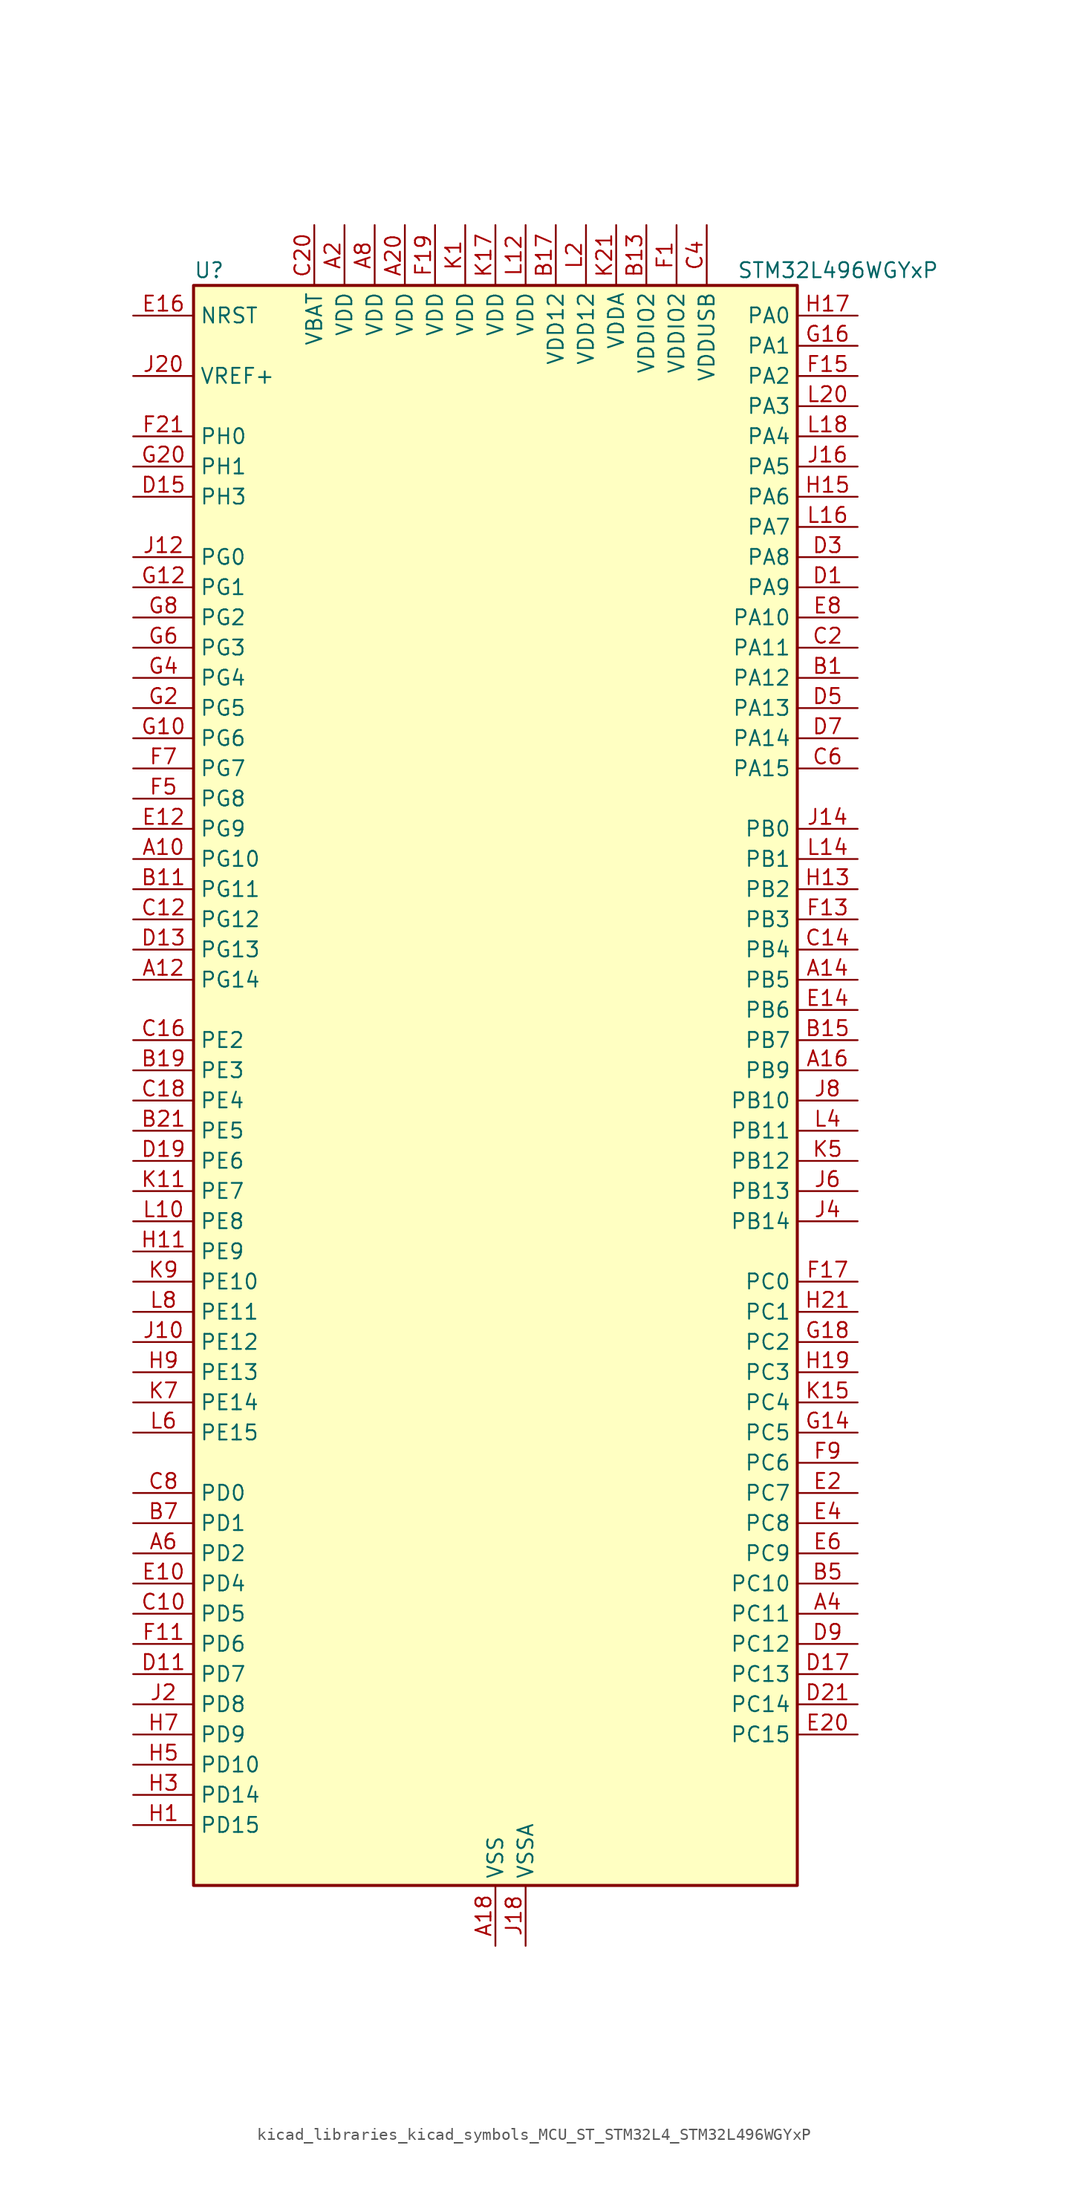
<source format=kicad_sym>
(kicad_symbol_lib
  (version 20220914)
  (generator kicad_symbol_editor)
  (symbol "kicad_libraries_kicad_symbols_MCU_ST_STM32L4_STM32L496WGYxP"
    (property "Reference" "U"
      (at -25.4 69.85 0)
      (effects (font (size 1.27 1.27)) (justify left)))
    (property "Value" "STM32L496WGYxP"
      (at 20.32 69.85 0)
      (effects (font (size 1.27 1.27)) (justify left)))
    (property "ki_locked" ""
      (at 0 0 0)
      (effects (font (size 1.27 1.27))))
    (symbol "kicad_libraries_kicad_symbols_MCU_ST_STM32L4_STM32L496WGYxP_0_1"
      (rectangle (start -25.4 -66.04) (end 25.4 68.58) (stroke (width 0.254) (type default)) (fill (type background))))
    (symbol "kicad_libraries_kicad_symbols_MCU_ST_STM32L4_STM32L496WGYxP_1_1"
      (pin bidirectional line (at -30.48 20.32 0) (length 5.08) (name "PG10" (effects (font (size 1.27 1.27)))) (number "A10" (effects (font (size 1.27 1.27)))) (alternate "FMC_NE3" bidirectional line) (alternate "LPTIM1_IN1" bidirectional line) (alternate "SAI2_FS_A" bidirectional line) (alternate "SPI3_MISO" bidirectional line) (alternate "TIM15_CH1" bidirectional line) (alternate "USART1_RX" bidirectional line))
      (pin bidirectional line (at -30.48 10.16 0) (length 5.08) (name "PG14" (effects (font (size 1.27 1.27)))) (number "A12" (effects (font (size 1.27 1.27)))) (alternate "FMC_A25" bidirectional line) (alternate "I2C1_SCL" bidirectional line))
      (pin bidirectional line (at 30.48 10.16 180) (length 5.08) (name "PB5" (effects (font (size 1.27 1.27)))) (number "A14" (effects (font (size 1.27 1.27)))) (alternate "CAN2_RX" bidirectional line) (alternate "COMP2_OUT" bidirectional line) (alternate "DCMI_D10" bidirectional line) (alternate "I2C1_SMBA" bidirectional line) (alternate "LCD_SEG9" bidirectional line) (alternate "LPTIM1_IN1" bidirectional line) (alternate "SAI1_SD_B" bidirectional line) (alternate "SPI1_MOSI" bidirectional line) (alternate "SPI3_MOSI" bidirectional line) (alternate "TIM16_BKIN" bidirectional line) (alternate "TIM3_CH2" bidirectional line) (alternate "TSC_G2_IO2" bidirectional line) (alternate "UART5_CTS" bidirectional line) (alternate "USART1_CK" bidirectional line))
      (pin bidirectional line (at 30.48 2.54 180) (length 5.08) (name "PB9" (effects (font (size 1.27 1.27)))) (number "A16" (effects (font (size 1.27 1.27)))) (alternate "CAN1_TX" bidirectional line) (alternate "DAC1_EXTI9" bidirectional line) (alternate "DCMI_D7" bidirectional line) (alternate "DFSDM1_CKIN6" bidirectional line) (alternate "I2C1_SDA" bidirectional line) (alternate "IR_OUT" bidirectional line) (alternate "LCD_COM3" bidirectional line) (alternate "SAI1_FS_A" bidirectional line) (alternate "SDMMC1_D5" bidirectional line) (alternate "SPI2_NSS" bidirectional line) (alternate "TIM17_CH1" bidirectional line) (alternate "TIM4_CH4" bidirectional line))
      (pin power_in line (at 0 -71.12 90) (length 5.08) (name "VSS" (effects (font (size 1.27 1.27)))) (number "A18" (effects (font (size 1.27 1.27)))))
      (pin power_in line (at -12.7 73.66 270) (length 5.08) (name "VDD" (effects (font (size 1.27 1.27)))) (number "A2" (effects (font (size 1.27 1.27)))))
      (pin power_in line (at -7.62 73.66 270) (length 5.08) (name "VDD" (effects (font (size 1.27 1.27)))) (number "A20" (effects (font (size 1.27 1.27)))))
      (pin bidirectional line (at 30.48 -43.18 180) (length 5.08) (name "PC11" (effects (font (size 1.27 1.27)))) (number "A4" (effects (font (size 1.27 1.27)))) (alternate "ADC1_EXTI11" bidirectional line) (alternate "ADC2_EXTI11" bidirectional line) (alternate "ADC3_EXTI11" bidirectional line) (alternate "DCMI_D4" bidirectional line) (alternate "LCD_COM5" bidirectional line) (alternate "LCD_SEG29" bidirectional line) (alternate "LCD_SEG41" bidirectional line) (alternate "QUADSPI_BK2_NCS" bidirectional line) (alternate "SAI2_MCLK_B" bidirectional line) (alternate "SDMMC1_D3" bidirectional line) (alternate "SPI3_MISO" bidirectional line) (alternate "TSC_G3_IO3" bidirectional line) (alternate "UART4_RX" bidirectional line) (alternate "USART3_RX" bidirectional line))
      (pin bidirectional line (at -30.48 -38.1 0) (length 5.08) (name "PD2" (effects (font (size 1.27 1.27)))) (number "A6" (effects (font (size 1.27 1.27)))) (alternate "DCMI_D11" bidirectional line) (alternate "LCD_COM7" bidirectional line) (alternate "LCD_SEG31" bidirectional line) (alternate "LCD_SEG43" bidirectional line) (alternate "SDMMC1_CMD" bidirectional line) (alternate "SYS_TRACED2" bidirectional line) (alternate "TIM3_ETR" bidirectional line) (alternate "TSC_SYNC" bidirectional line) (alternate "UART5_RX" bidirectional line) (alternate "USART3_DE" bidirectional line) (alternate "USART3_RTS" bidirectional line))
      (pin power_in line (at -10.16 73.66 270) (length 5.08) (name "VDD" (effects (font (size 1.27 1.27)))) (number "A8" (effects (font (size 1.27 1.27)))))
      (pin bidirectional line (at 30.48 35.56 180) (length 5.08) (name "PA12" (effects (font (size 1.27 1.27)))) (number "B1" (effects (font (size 1.27 1.27)))) (alternate "CAN1_TX" bidirectional line) (alternate "SPI1_MOSI" bidirectional line) (alternate "TIM1_ETR" bidirectional line) (alternate "USART1_DE" bidirectional line) (alternate "USART1_RTS" bidirectional line) (alternate "USB_OTG_FS_DP" bidirectional line))
      (pin bidirectional line (at -30.48 17.78 0) (length 5.08) (name "PG11" (effects (font (size 1.27 1.27)))) (number "B11" (effects (font (size 1.27 1.27)))) (alternate "ADC1_EXTI11" bidirectional line) (alternate "ADC2_EXTI11" bidirectional line) (alternate "ADC3_EXTI11" bidirectional line) (alternate "LPTIM1_IN2" bidirectional line) (alternate "SAI2_MCLK_A" bidirectional line) (alternate "SPI3_MOSI" bidirectional line) (alternate "TIM15_CH2" bidirectional line) (alternate "USART1_CTS" bidirectional line))
      (pin power_in line (at 12.7 73.66 270) (length 5.08) (name "VDDIO2" (effects (font (size 1.27 1.27)))) (number "B13" (effects (font (size 1.27 1.27)))))
      (pin bidirectional line (at 30.48 5.08 180) (length 5.08) (name "PB7" (effects (font (size 1.27 1.27)))) (number "B15" (effects (font (size 1.27 1.27)))) (alternate "COMP2_INM" bidirectional line) (alternate "DCMI_VSYNC" bidirectional line) (alternate "DFSDM1_CKIN5" bidirectional line) (alternate "FMC_NL" bidirectional line) (alternate "I2C1_SDA" bidirectional line) (alternate "I2C4_SDA" bidirectional line) (alternate "LCD_SEG21" bidirectional line) (alternate "LPTIM1_IN2" bidirectional line) (alternate "SYS_PVD_IN" bidirectional line) (alternate "TIM17_CH1N" bidirectional line) (alternate "TIM4_CH2" bidirectional line) (alternate "TIM8_BKIN" bidirectional line) (alternate "TIM8_BKIN_COMP1" bidirectional line) (alternate "TSC_G2_IO4" bidirectional line) (alternate "UART4_CTS" bidirectional line) (alternate "USART1_RX" bidirectional line))
      (pin power_in line (at 5.08 73.66 270) (length 5.08) (name "VDD12" (effects (font (size 1.27 1.27)))) (number "B17" (effects (font (size 1.27 1.27)))))
      (pin bidirectional line (at -30.48 2.54 0) (length 5.08) (name "PE3" (effects (font (size 1.27 1.27)))) (number "B19" (effects (font (size 1.27 1.27)))) (alternate "FMC_A19" bidirectional line) (alternate "LCD_SEG39" bidirectional line) (alternate "SAI1_SD_B" bidirectional line) (alternate "SYS_TRACED0" bidirectional line) (alternate "TIM3_CH1" bidirectional line) (alternate "TSC_G7_IO2" bidirectional line))
      (pin bidirectional line (at -30.48 -2.54 0) (length 5.08) (name "PE5" (effects (font (size 1.27 1.27)))) (number "B21" (effects (font (size 1.27 1.27)))) (alternate "DCMI_D6" bidirectional line) (alternate "DFSDM1_CKIN3" bidirectional line) (alternate "FMC_A21" bidirectional line) (alternate "SAI1_SCK_A" bidirectional line) (alternate "SYS_TRACED2" bidirectional line) (alternate "TIM3_CH3" bidirectional line) (alternate "TSC_G7_IO4" bidirectional line))
      (pin passive line (at 0 -71.12 90) (length 5.08) hide (name "VSS" (effects (font (size 1.27 1.27)))) (number "B3" (effects (font (size 1.27 1.27)))))
      (pin bidirectional line (at 30.48 -40.64 180) (length 5.08) (name "PC10" (effects (font (size 1.27 1.27)))) (number "B5" (effects (font (size 1.27 1.27)))) (alternate "DCMI_D8" bidirectional line) (alternate "LCD_COM4" bidirectional line) (alternate "LCD_SEG28" bidirectional line) (alternate "LCD_SEG40" bidirectional line) (alternate "SAI2_SCK_B" bidirectional line) (alternate "SDMMC1_D2" bidirectional line) (alternate "SPI3_SCK" bidirectional line) (alternate "SYS_TRACED1" bidirectional line) (alternate "TSC_G3_IO2" bidirectional line) (alternate "UART4_TX" bidirectional line) (alternate "USART3_TX" bidirectional line))
      (pin bidirectional line (at -30.48 -35.56 0) (length 5.08) (name "PD1" (effects (font (size 1.27 1.27)))) (number "B7" (effects (font (size 1.27 1.27)))) (alternate "CAN1_TX" bidirectional line) (alternate "DFSDM1_CKIN7" bidirectional line) (alternate "FMC_D3" bidirectional line) (alternate "FMC_DA3" bidirectional line) (alternate "SPI2_SCK" bidirectional line))
      (pin passive line (at 0 -71.12 90) (length 5.08) hide (name "VSS" (effects (font (size 1.27 1.27)))) (number "B9" (effects (font (size 1.27 1.27)))))
      (pin bidirectional line (at -30.48 -43.18 0) (length 5.08) (name "PD5" (effects (font (size 1.27 1.27)))) (number "C10" (effects (font (size 1.27 1.27)))) (alternate "FMC_NWE" bidirectional line) (alternate "QUADSPI_BK2_IO1" bidirectional line) (alternate "USART2_TX" bidirectional line))
      (pin bidirectional line (at -30.48 15.24 0) (length 5.08) (name "PG12" (effects (font (size 1.27 1.27)))) (number "C12" (effects (font (size 1.27 1.27)))) (alternate "FMC_NE4" bidirectional line) (alternate "LPTIM1_ETR" bidirectional line) (alternate "SAI2_SD_A" bidirectional line) (alternate "SPI3_NSS" bidirectional line) (alternate "USART1_DE" bidirectional line) (alternate "USART1_RTS" bidirectional line))
      (pin bidirectional line (at 30.48 12.7 180) (length 5.08) (name "PB4" (effects (font (size 1.27 1.27)))) (number "C14" (effects (font (size 1.27 1.27)))) (alternate "COMP2_INP" bidirectional line) (alternate "DCMI_D12" bidirectional line) (alternate "I2C3_SDA" bidirectional line) (alternate "LCD_SEG8" bidirectional line) (alternate "SAI1_MCLK_B" bidirectional line) (alternate "SPI1_MISO" bidirectional line) (alternate "SPI3_MISO" bidirectional line) (alternate "SYS_JTRST" bidirectional line) (alternate "TIM17_BKIN" bidirectional line) (alternate "TIM3_CH1" bidirectional line) (alternate "TSC_G2_IO1" bidirectional line) (alternate "UART5_DE" bidirectional line) (alternate "UART5_RTS" bidirectional line) (alternate "USART1_CTS" bidirectional line))
      (pin bidirectional line (at -30.48 5.08 0) (length 5.08) (name "PE2" (effects (font (size 1.27 1.27)))) (number "C16" (effects (font (size 1.27 1.27)))) (alternate "FMC_A23" bidirectional line) (alternate "LCD_SEG38" bidirectional line) (alternate "SAI1_MCLK_A" bidirectional line) (alternate "SYS_TRACECLK" bidirectional line) (alternate "TIM3_ETR" bidirectional line) (alternate "TSC_G7_IO1" bidirectional line))
      (pin bidirectional line (at -30.48 0 0) (length 5.08) (name "PE4" (effects (font (size 1.27 1.27)))) (number "C18" (effects (font (size 1.27 1.27)))) (alternate "DCMI_D4" bidirectional line) (alternate "DFSDM1_DATIN3" bidirectional line) (alternate "FMC_A20" bidirectional line) (alternate "SAI1_FS_A" bidirectional line) (alternate "SYS_TRACED1" bidirectional line) (alternate "TIM3_CH2" bidirectional line) (alternate "TSC_G7_IO3" bidirectional line))
      (pin bidirectional line (at 30.48 38.1 180) (length 5.08) (name "PA11" (effects (font (size 1.27 1.27)))) (number "C2" (effects (font (size 1.27 1.27)))) (alternate "ADC1_EXTI11" bidirectional line) (alternate "ADC2_EXTI11" bidirectional line) (alternate "ADC3_EXTI11" bidirectional line) (alternate "CAN1_RX" bidirectional line) (alternate "SPI1_MISO" bidirectional line) (alternate "TIM1_BKIN2" bidirectional line) (alternate "TIM1_BKIN2_COMP1" bidirectional line) (alternate "TIM1_CH4" bidirectional line) (alternate "USART1_CTS" bidirectional line) (alternate "USB_OTG_FS_DM" bidirectional line))
      (pin power_in line (at -15.24 73.66 270) (length 5.08) (name "VBAT" (effects (font (size 1.27 1.27)))) (number "C20" (effects (font (size 1.27 1.27)))))
      (pin power_in line (at 17.78 73.66 270) (length 5.08) (name "VDDUSB" (effects (font (size 1.27 1.27)))) (number "C4" (effects (font (size 1.27 1.27)))))
      (pin bidirectional line (at 30.48 27.94 180) (length 5.08) (name "PA15" (effects (font (size 1.27 1.27)))) (number "C6" (effects (font (size 1.27 1.27)))) (alternate "ADC1_EXTI15" bidirectional line) (alternate "ADC2_EXTI15" bidirectional line) (alternate "ADC3_EXTI15" bidirectional line) (alternate "LCD_SEG17" bidirectional line) (alternate "SAI2_FS_B" bidirectional line) (alternate "SPI1_NSS" bidirectional line) (alternate "SPI3_NSS" bidirectional line) (alternate "SWPMI1_SUSPEND" bidirectional line) (alternate "SYS_JTDI" bidirectional line) (alternate "TIM2_CH1" bidirectional line) (alternate "TIM2_ETR" bidirectional line) (alternate "TSC_G3_IO1" bidirectional line) (alternate "UART4_DE" bidirectional line) (alternate "UART4_RTS" bidirectional line) (alternate "USART2_RX" bidirectional line) (alternate "USART3_DE" bidirectional line) (alternate "USART3_RTS" bidirectional line))
      (pin bidirectional line (at -30.48 -33.02 0) (length 5.08) (name "PD0" (effects (font (size 1.27 1.27)))) (number "C8" (effects (font (size 1.27 1.27)))) (alternate "CAN1_RX" bidirectional line) (alternate "DFSDM1_DATIN7" bidirectional line) (alternate "FMC_D2" bidirectional line) (alternate "FMC_DA2" bidirectional line) (alternate "SPI2_NSS" bidirectional line))
      (pin bidirectional line (at 30.48 43.18 180) (length 5.08) (name "PA9" (effects (font (size 1.27 1.27)))) (number "D1" (effects (font (size 1.27 1.27)))) (alternate "DAC1_EXTI9" bidirectional line) (alternate "DCMI_D0" bidirectional line) (alternate "LCD_COM1" bidirectional line) (alternate "SAI1_FS_A" bidirectional line) (alternate "SPI2_SCK" bidirectional line) (alternate "TIM15_BKIN" bidirectional line) (alternate "TIM1_CH2" bidirectional line) (alternate "USART1_TX" bidirectional line) (alternate "USB_OTG_FS_VBUS" bidirectional line))
      (pin bidirectional line (at -30.48 -48.26 0) (length 5.08) (name "PD7" (effects (font (size 1.27 1.27)))) (number "D11" (effects (font (size 1.27 1.27)))) (alternate "DFSDM1_CKIN1" bidirectional line) (alternate "FMC_NE1" bidirectional line) (alternate "QUADSPI_BK2_IO3" bidirectional line) (alternate "USART2_CK" bidirectional line))
      (pin bidirectional line (at -30.48 12.7 0) (length 5.08) (name "PG13" (effects (font (size 1.27 1.27)))) (number "D13" (effects (font (size 1.27 1.27)))) (alternate "FMC_A24" bidirectional line) (alternate "I2C1_SDA" bidirectional line) (alternate "USART1_CK" bidirectional line))
      (pin bidirectional line (at -30.48 50.8 0) (length 5.08) (name "PH3" (effects (font (size 1.27 1.27)))) (number "D15" (effects (font (size 1.27 1.27)))))
      (pin bidirectional line (at 30.48 -48.26 180) (length 5.08) (name "PC13" (effects (font (size 1.27 1.27)))) (number "D17" (effects (font (size 1.27 1.27)))) (alternate "RTC_OUT_ALARM" bidirectional line) (alternate "RTC_OUT_CALIB" bidirectional line) (alternate "RTC_TAMP1" bidirectional line) (alternate "RTC_TS" bidirectional line) (alternate "SYS_WKUP2" bidirectional line))
      (pin bidirectional line (at -30.48 -5.08 0) (length 5.08) (name "PE6" (effects (font (size 1.27 1.27)))) (number "D19" (effects (font (size 1.27 1.27)))) (alternate "DCMI_D7" bidirectional line) (alternate "FMC_A22" bidirectional line) (alternate "RTC_TAMP3" bidirectional line) (alternate "SAI1_SD_A" bidirectional line) (alternate "SYS_TRACED3" bidirectional line) (alternate "SYS_WKUP3" bidirectional line) (alternate "TIM3_CH4" bidirectional line))
      (pin bidirectional line (at 30.48 -50.8 180) (length 5.08) (name "PC14" (effects (font (size 1.27 1.27)))) (number "D21" (effects (font (size 1.27 1.27)))) (alternate "RCC_OSC32_IN" bidirectional line))
      (pin bidirectional line (at 30.48 45.72 180) (length 5.08) (name "PA8" (effects (font (size 1.27 1.27)))) (number "D3" (effects (font (size 1.27 1.27)))) (alternate "LCD_COM0" bidirectional line) (alternate "LPTIM2_OUT" bidirectional line) (alternate "RCC_MCO" bidirectional line) (alternate "SAI1_SCK_A" bidirectional line) (alternate "SWPMI1_IO" bidirectional line) (alternate "TIM1_CH1" bidirectional line) (alternate "USART1_CK" bidirectional line) (alternate "USB_OTG_FS_SOF" bidirectional line))
      (pin bidirectional line (at 30.48 33.02 180) (length 5.08) (name "PA13" (effects (font (size 1.27 1.27)))) (number "D5" (effects (font (size 1.27 1.27)))) (alternate "IR_OUT" bidirectional line) (alternate "SAI1_SD_B" bidirectional line) (alternate "SWPMI1_TX" bidirectional line) (alternate "SYS_JTMS-SWDIO" bidirectional line) (alternate "USB_OTG_FS_NOE" bidirectional line))
      (pin bidirectional line (at 30.48 30.48 180) (length 5.08) (name "PA14" (effects (font (size 1.27 1.27)))) (number "D7" (effects (font (size 1.27 1.27)))) (alternate "I2C1_SMBA" bidirectional line) (alternate "I2C4_SMBA" bidirectional line) (alternate "LPTIM1_OUT" bidirectional line) (alternate "SAI1_FS_B" bidirectional line) (alternate "SWPMI1_RX" bidirectional line) (alternate "SYS_JTCK-SWCLK" bidirectional line) (alternate "USB_OTG_FS_SOF" bidirectional line))
      (pin bidirectional line (at 30.48 -45.72 180) (length 5.08) (name "PC12" (effects (font (size 1.27 1.27)))) (number "D9" (effects (font (size 1.27 1.27)))) (alternate "DCMI_D9" bidirectional line) (alternate "LCD_COM6" bidirectional line) (alternate "LCD_SEG30" bidirectional line) (alternate "LCD_SEG42" bidirectional line) (alternate "SAI2_SD_B" bidirectional line) (alternate "SDMMC1_CK" bidirectional line) (alternate "SPI3_MOSI" bidirectional line) (alternate "SYS_TRACED3" bidirectional line) (alternate "TSC_G3_IO4" bidirectional line) (alternate "UART5_TX" bidirectional line) (alternate "USART3_CK" bidirectional line))
      (pin bidirectional line (at -30.48 -40.64 0) (length 5.08) (name "PD4" (effects (font (size 1.27 1.27)))) (number "E10" (effects (font (size 1.27 1.27)))) (alternate "DFSDM1_CKIN0" bidirectional line) (alternate "FMC_NOE" bidirectional line) (alternate "QUADSPI_BK2_IO0" bidirectional line) (alternate "SPI2_MOSI" bidirectional line) (alternate "USART2_DE" bidirectional line) (alternate "USART2_RTS" bidirectional line))
      (pin bidirectional line (at -30.48 22.86 0) (length 5.08) (name "PG9" (effects (font (size 1.27 1.27)))) (number "E12" (effects (font (size 1.27 1.27)))) (alternate "DAC1_EXTI9" bidirectional line) (alternate "FMC_NCE" bidirectional line) (alternate "FMC_NE2" bidirectional line) (alternate "SAI2_SCK_A" bidirectional line) (alternate "SPI3_SCK" bidirectional line) (alternate "TIM15_CH1N" bidirectional line) (alternate "USART1_TX" bidirectional line))
      (pin bidirectional line (at 30.48 7.62 180) (length 5.08) (name "PB6" (effects (font (size 1.27 1.27)))) (number "E14" (effects (font (size 1.27 1.27)))) (alternate "CAN2_TX" bidirectional line) (alternate "COMP2_INP" bidirectional line) (alternate "DCMI_D5" bidirectional line) (alternate "DFSDM1_DATIN5" bidirectional line) (alternate "I2C1_SCL" bidirectional line) (alternate "I2C4_SCL" bidirectional line) (alternate "LPTIM1_ETR" bidirectional line) (alternate "SAI1_FS_B" bidirectional line) (alternate "TIM16_CH1N" bidirectional line) (alternate "TIM4_CH1" bidirectional line) (alternate "TIM8_BKIN2" bidirectional line) (alternate "TIM8_BKIN2_COMP2" bidirectional line) (alternate "TSC_G2_IO3" bidirectional line) (alternate "USART1_TX" bidirectional line))
      (pin input line (at -30.48 66.04 0) (length 5.08) (name "NRST" (effects (font (size 1.27 1.27)))) (number "E16" (effects (font (size 1.27 1.27)))))
      (pin passive line (at 0 -71.12 90) (length 5.08) hide (name "VSS" (effects (font (size 1.27 1.27)))) (number "E18" (effects (font (size 1.27 1.27)))))
      (pin bidirectional line (at 30.48 -33.02 180) (length 5.08) (name "PC7" (effects (font (size 1.27 1.27)))) (number "E2" (effects (font (size 1.27 1.27)))) (alternate "DCMI_D1" bidirectional line) (alternate "DFSDM1_DATIN3" bidirectional line) (alternate "LCD_SEG25" bidirectional line) (alternate "SAI2_MCLK_B" bidirectional line) (alternate "SDMMC1_D7" bidirectional line) (alternate "TIM3_CH2" bidirectional line) (alternate "TIM8_CH2" bidirectional line) (alternate "TSC_G4_IO2" bidirectional line))
      (pin bidirectional line (at 30.48 -53.34 180) (length 5.08) (name "PC15" (effects (font (size 1.27 1.27)))) (number "E20" (effects (font (size 1.27 1.27)))) (alternate "ADC1_EXTI15" bidirectional line) (alternate "ADC2_EXTI15" bidirectional line) (alternate "ADC3_EXTI15" bidirectional line) (alternate "RCC_OSC32_OUT" bidirectional line))
      (pin bidirectional line (at 30.48 -35.56 180) (length 5.08) (name "PC8" (effects (font (size 1.27 1.27)))) (number "E4" (effects (font (size 1.27 1.27)))) (alternate "DCMI_D2" bidirectional line) (alternate "LCD_SEG26" bidirectional line) (alternate "SDMMC1_D0" bidirectional line) (alternate "TIM3_CH3" bidirectional line) (alternate "TIM8_CH3" bidirectional line) (alternate "TSC_G4_IO3" bidirectional line))
      (pin bidirectional line (at 30.48 -38.1 180) (length 5.08) (name "PC9" (effects (font (size 1.27 1.27)))) (number "E6" (effects (font (size 1.27 1.27)))) (alternate "DAC1_EXTI9" bidirectional line) (alternate "DCMI_D3" bidirectional line) (alternate "I2C3_SDA" bidirectional line) (alternate "LCD_SEG27" bidirectional line) (alternate "SAI2_EXTCLK" bidirectional line) (alternate "SDMMC1_D1" bidirectional line) (alternate "TIM3_CH4" bidirectional line) (alternate "TIM8_BKIN2" bidirectional line) (alternate "TIM8_BKIN2_COMP1" bidirectional line) (alternate "TIM8_CH4" bidirectional line) (alternate "TSC_G4_IO4" bidirectional line) (alternate "USB_OTG_FS_NOE" bidirectional line))
      (pin bidirectional line (at 30.48 40.64 180) (length 5.08) (name "PA10" (effects (font (size 1.27 1.27)))) (number "E8" (effects (font (size 1.27 1.27)))) (alternate "DCMI_D1" bidirectional line) (alternate "LCD_COM2" bidirectional line) (alternate "SAI1_SD_A" bidirectional line) (alternate "TIM17_BKIN" bidirectional line) (alternate "TIM1_CH3" bidirectional line) (alternate "USART1_RX" bidirectional line) (alternate "USB_OTG_FS_ID" bidirectional line))
      (pin power_in line (at 15.24 73.66 270) (length 5.08) (name "VDDIO2" (effects (font (size 1.27 1.27)))) (number "F1" (effects (font (size 1.27 1.27)))))
      (pin bidirectional line (at -30.48 -45.72 0) (length 5.08) (name "PD6" (effects (font (size 1.27 1.27)))) (number "F11" (effects (font (size 1.27 1.27)))) (alternate "DCMI_D10" bidirectional line) (alternate "DFSDM1_DATIN1" bidirectional line) (alternate "FMC_NWAIT" bidirectional line) (alternate "QUADSPI_BK2_IO1" bidirectional line) (alternate "QUADSPI_BK2_IO2" bidirectional line) (alternate "SAI1_SD_A" bidirectional line) (alternate "USART2_RX" bidirectional line))
      (pin bidirectional line (at 30.48 15.24 180) (length 5.08) (name "PB3" (effects (font (size 1.27 1.27)))) (number "F13" (effects (font (size 1.27 1.27)))) (alternate "COMP2_INM" bidirectional line) (alternate "CRS_SYNC" bidirectional line) (alternate "LCD_SEG7" bidirectional line) (alternate "SAI1_SCK_B" bidirectional line) (alternate "SPI1_SCK" bidirectional line) (alternate "SPI3_SCK" bidirectional line) (alternate "SYS_JTDO-SWO" bidirectional line) (alternate "TIM2_CH2" bidirectional line) (alternate "USART1_DE" bidirectional line) (alternate "USART1_RTS" bidirectional line))
      (pin bidirectional line (at 30.48 60.96 180) (length 5.08) (name "PA2" (effects (font (size 1.27 1.27)))) (number "F15" (effects (font (size 1.27 1.27)))) (alternate "ADC1_IN7" bidirectional line) (alternate "ADC2_IN7" bidirectional line) (alternate "LCD_SEG1" bidirectional line) (alternate "LPUART1_TX" bidirectional line) (alternate "QUADSPI_BK1_NCS" bidirectional line) (alternate "RCC_LSCO" bidirectional line) (alternate "SAI2_EXTCLK" bidirectional line) (alternate "SYS_WKUP4" bidirectional line) (alternate "TIM15_CH1" bidirectional line) (alternate "TIM2_CH3" bidirectional line) (alternate "TIM5_CH3" bidirectional line) (alternate "USART2_TX" bidirectional line))
      (pin bidirectional line (at 30.48 -15.24 180) (length 5.08) (name "PC0" (effects (font (size 1.27 1.27)))) (number "F17" (effects (font (size 1.27 1.27)))) (alternate "ADC1_IN1" bidirectional line) (alternate "ADC2_IN1" bidirectional line) (alternate "ADC3_IN1" bidirectional line) (alternate "DFSDM1_DATIN4" bidirectional line) (alternate "I2C3_SCL" bidirectional line) (alternate "I2C4_SCL" bidirectional line) (alternate "LCD_SEG18" bidirectional line) (alternate "LPTIM1_IN1" bidirectional line) (alternate "LPTIM2_IN1" bidirectional line) (alternate "LPUART1_RX" bidirectional line))
      (pin power_in line (at -5.08 73.66 270) (length 5.08) (name "VDD" (effects (font (size 1.27 1.27)))) (number "F19" (effects (font (size 1.27 1.27)))))
      (pin bidirectional line (at -30.48 55.88 0) (length 5.08) (name "PH0" (effects (font (size 1.27 1.27)))) (number "F21" (effects (font (size 1.27 1.27)))) (alternate "RCC_OSC_IN" bidirectional line))
      (pin passive line (at 0 -71.12 90) (length 5.08) hide (name "VSS" (effects (font (size 1.27 1.27)))) (number "F3" (effects (font (size 1.27 1.27)))))
      (pin bidirectional line (at -30.48 25.4 0) (length 5.08) (name "PG8" (effects (font (size 1.27 1.27)))) (number "F5" (effects (font (size 1.27 1.27)))) (alternate "I2C3_SDA" bidirectional line) (alternate "LPUART1_RX" bidirectional line))
      (pin bidirectional line (at -30.48 27.94 0) (length 5.08) (name "PG7" (effects (font (size 1.27 1.27)))) (number "F7" (effects (font (size 1.27 1.27)))) (alternate "FMC_INT" bidirectional line) (alternate "I2C3_SCL" bidirectional line) (alternate "LPUART1_TX" bidirectional line) (alternate "SAI1_MCLK_A" bidirectional line))
      (pin bidirectional line (at 30.48 -30.48 180) (length 5.08) (name "PC6" (effects (font (size 1.27 1.27)))) (number "F9" (effects (font (size 1.27 1.27)))) (alternate "DCMI_D0" bidirectional line) (alternate "DFSDM1_CKIN3" bidirectional line) (alternate "LCD_SEG24" bidirectional line) (alternate "SAI2_MCLK_A" bidirectional line) (alternate "SDMMC1_D6" bidirectional line) (alternate "TIM3_CH1" bidirectional line) (alternate "TIM8_CH1" bidirectional line) (alternate "TSC_G4_IO1" bidirectional line))
      (pin bidirectional line (at -30.48 30.48 0) (length 5.08) (name "PG6" (effects (font (size 1.27 1.27)))) (number "G10" (effects (font (size 1.27 1.27)))) (alternate "I2C3_SMBA" bidirectional line) (alternate "LPUART1_DE" bidirectional line) (alternate "LPUART1_RTS" bidirectional line))
      (pin bidirectional line (at -30.48 43.18 0) (length 5.08) (name "PG1" (effects (font (size 1.27 1.27)))) (number "G12" (effects (font (size 1.27 1.27)))) (alternate "FMC_A11" bidirectional line) (alternate "TSC_G8_IO4" bidirectional line))
      (pin bidirectional line (at 30.48 -27.94 180) (length 5.08) (name "PC5" (effects (font (size 1.27 1.27)))) (number "G14" (effects (font (size 1.27 1.27)))) (alternate "ADC1_IN14" bidirectional line) (alternate "ADC2_IN14" bidirectional line) (alternate "COMP1_INP" bidirectional line) (alternate "LCD_SEG23" bidirectional line) (alternate "SYS_WKUP5" bidirectional line) (alternate "USART3_RX" bidirectional line))
      (pin bidirectional line (at 30.48 63.5 180) (length 5.08) (name "PA1" (effects (font (size 1.27 1.27)))) (number "G16" (effects (font (size 1.27 1.27)))) (alternate "ADC1_IN6" bidirectional line) (alternate "ADC2_IN6" bidirectional line) (alternate "I2C1_SMBA" bidirectional line) (alternate "LCD_SEG0" bidirectional line) (alternate "OPAMP1_VINM" bidirectional line) (alternate "SPI1_SCK" bidirectional line) (alternate "TIM15_CH1N" bidirectional line) (alternate "TIM2_CH2" bidirectional line) (alternate "TIM5_CH2" bidirectional line) (alternate "UART4_RX" bidirectional line) (alternate "USART2_DE" bidirectional line) (alternate "USART2_RTS" bidirectional line))
      (pin bidirectional line (at 30.48 -20.32 180) (length 5.08) (name "PC2" (effects (font (size 1.27 1.27)))) (number "G18" (effects (font (size 1.27 1.27)))) (alternate "ADC1_IN3" bidirectional line) (alternate "ADC2_IN3" bidirectional line) (alternate "ADC3_IN3" bidirectional line) (alternate "DFSDM1_CKOUT" bidirectional line) (alternate "LCD_SEG20" bidirectional line) (alternate "LPTIM1_IN2" bidirectional line) (alternate "QUADSPI_BK2_IO1" bidirectional line) (alternate "SPI2_MISO" bidirectional line))
      (pin bidirectional line (at -30.48 33.02 0) (length 5.08) (name "PG5" (effects (font (size 1.27 1.27)))) (number "G2" (effects (font (size 1.27 1.27)))) (alternate "FMC_A15" bidirectional line) (alternate "LPUART1_CTS" bidirectional line) (alternate "SAI2_SD_B" bidirectional line) (alternate "SPI1_NSS" bidirectional line))
      (pin bidirectional line (at -30.48 53.34 0) (length 5.08) (name "PH1" (effects (font (size 1.27 1.27)))) (number "G20" (effects (font (size 1.27 1.27)))) (alternate "RCC_OSC_OUT" bidirectional line))
      (pin bidirectional line (at -30.48 35.56 0) (length 5.08) (name "PG4" (effects (font (size 1.27 1.27)))) (number "G4" (effects (font (size 1.27 1.27)))) (alternate "FMC_A14" bidirectional line) (alternate "SAI2_MCLK_B" bidirectional line) (alternate "SPI1_MOSI" bidirectional line))
      (pin bidirectional line (at -30.48 38.1 0) (length 5.08) (name "PG3" (effects (font (size 1.27 1.27)))) (number "G6" (effects (font (size 1.27 1.27)))) (alternate "FMC_A13" bidirectional line) (alternate "SAI2_FS_B" bidirectional line) (alternate "SPI1_MISO" bidirectional line))
      (pin bidirectional line (at -30.48 40.64 0) (length 5.08) (name "PG2" (effects (font (size 1.27 1.27)))) (number "G8" (effects (font (size 1.27 1.27)))) (alternate "FMC_A12" bidirectional line) (alternate "SAI2_SCK_B" bidirectional line) (alternate "SPI1_SCK" bidirectional line))
      (pin bidirectional line (at -30.48 -60.96 0) (length 5.08) (name "PD15" (effects (font (size 1.27 1.27)))) (number "H1" (effects (font (size 1.27 1.27)))) (alternate "ADC1_EXTI15" bidirectional line) (alternate "ADC2_EXTI15" bidirectional line) (alternate "ADC3_EXTI15" bidirectional line) (alternate "FMC_D1" bidirectional line) (alternate "FMC_DA1" bidirectional line) (alternate "LCD_SEG35" bidirectional line) (alternate "TIM4_CH4" bidirectional line))
      (pin bidirectional line (at -30.48 -12.7 0) (length 5.08) (name "PE9" (effects (font (size 1.27 1.27)))) (number "H11" (effects (font (size 1.27 1.27)))) (alternate "DAC1_EXTI9" bidirectional line) (alternate "DFSDM1_CKOUT" bidirectional line) (alternate "FMC_D6" bidirectional line) (alternate "FMC_DA6" bidirectional line) (alternate "SAI1_FS_B" bidirectional line) (alternate "TIM1_CH1" bidirectional line))
      (pin bidirectional line (at 30.48 17.78 180) (length 5.08) (name "PB2" (effects (font (size 1.27 1.27)))) (number "H13" (effects (font (size 1.27 1.27)))) (alternate "COMP1_INP" bidirectional line) (alternate "DFSDM1_CKIN0" bidirectional line) (alternate "I2C3_SMBA" bidirectional line) (alternate "LCD_VLCD" bidirectional line) (alternate "LPTIM1_OUT" bidirectional line) (alternate "RTC_OUT_ALARM" bidirectional line) (alternate "RTC_OUT_CALIB" bidirectional line))
      (pin bidirectional line (at 30.48 50.8 180) (length 5.08) (name "PA6" (effects (font (size 1.27 1.27)))) (number "H15" (effects (font (size 1.27 1.27)))) (alternate "ADC1_IN11" bidirectional line) (alternate "ADC2_IN11" bidirectional line) (alternate "DCMI_PIXCLK" bidirectional line) (alternate "LCD_SEG3" bidirectional line) (alternate "LPUART1_CTS" bidirectional line) (alternate "OPAMP2_VINP" bidirectional line) (alternate "QUADSPI_BK1_IO3" bidirectional line) (alternate "SPI1_MISO" bidirectional line) (alternate "TIM16_CH1" bidirectional line) (alternate "TIM1_BKIN" bidirectional line) (alternate "TIM1_BKIN_COMP2" bidirectional line) (alternate "TIM3_CH1" bidirectional line) (alternate "TIM8_BKIN" bidirectional line) (alternate "TIM8_BKIN_COMP2" bidirectional line) (alternate "USART3_CTS" bidirectional line))
      (pin bidirectional line (at 30.48 66.04 180) (length 5.08) (name "PA0" (effects (font (size 1.27 1.27)))) (number "H17" (effects (font (size 1.27 1.27)))) (alternate "ADC1_IN5" bidirectional line) (alternate "ADC2_IN5" bidirectional line) (alternate "OPAMP1_VINP" bidirectional line) (alternate "RTC_TAMP2" bidirectional line) (alternate "SAI1_EXTCLK" bidirectional line) (alternate "SYS_WKUP1" bidirectional line) (alternate "TIM2_CH1" bidirectional line) (alternate "TIM2_ETR" bidirectional line) (alternate "TIM5_CH1" bidirectional line) (alternate "TIM8_ETR" bidirectional line) (alternate "UART4_TX" bidirectional line) (alternate "USART2_CTS" bidirectional line))
      (pin bidirectional line (at 30.48 -22.86 180) (length 5.08) (name "PC3" (effects (font (size 1.27 1.27)))) (number "H19" (effects (font (size 1.27 1.27)))) (alternate "ADC1_IN4" bidirectional line) (alternate "ADC2_IN4" bidirectional line) (alternate "ADC3_IN4" bidirectional line) (alternate "LCD_VLCD" bidirectional line) (alternate "LPTIM1_ETR" bidirectional line) (alternate "LPTIM2_ETR" bidirectional line) (alternate "QUADSPI_BK2_IO2" bidirectional line) (alternate "SAI1_SD_A" bidirectional line) (alternate "SPI2_MOSI" bidirectional line))
      (pin bidirectional line (at 30.48 -17.78 180) (length 5.08) (name "PC1" (effects (font (size 1.27 1.27)))) (number "H21" (effects (font (size 1.27 1.27)))) (alternate "ADC1_IN2" bidirectional line) (alternate "ADC2_IN2" bidirectional line) (alternate "ADC3_IN2" bidirectional line) (alternate "DFSDM1_CKIN4" bidirectional line) (alternate "I2C3_SDA" bidirectional line) (alternate "I2C4_SDA" bidirectional line) (alternate "LCD_SEG19" bidirectional line) (alternate "LPTIM1_OUT" bidirectional line) (alternate "LPUART1_TX" bidirectional line) (alternate "QUADSPI_BK2_IO0" bidirectional line) (alternate "SAI1_SD_A" bidirectional line) (alternate "SPI2_MOSI" bidirectional line) (alternate "SYS_TRACED0" bidirectional line))
      (pin bidirectional line (at -30.48 -58.42 0) (length 5.08) (name "PD14" (effects (font (size 1.27 1.27)))) (number "H3" (effects (font (size 1.27 1.27)))) (alternate "FMC_D0" bidirectional line) (alternate "FMC_DA0" bidirectional line) (alternate "LCD_SEG34" bidirectional line) (alternate "TIM4_CH3" bidirectional line))
      (pin bidirectional line (at -30.48 -55.88 0) (length 5.08) (name "PD10" (effects (font (size 1.27 1.27)))) (number "H5" (effects (font (size 1.27 1.27)))) (alternate "FMC_D15" bidirectional line) (alternate "FMC_DA15" bidirectional line) (alternate "LCD_SEG30" bidirectional line) (alternate "SAI2_SCK_A" bidirectional line) (alternate "TSC_G6_IO1" bidirectional line) (alternate "USART3_CK" bidirectional line))
      (pin bidirectional line (at -30.48 -53.34 0) (length 5.08) (name "PD9" (effects (font (size 1.27 1.27)))) (number "H7" (effects (font (size 1.27 1.27)))) (alternate "DAC1_EXTI9" bidirectional line) (alternate "DCMI_PIXCLK" bidirectional line) (alternate "FMC_D14" bidirectional line) (alternate "FMC_DA14" bidirectional line) (alternate "LCD_SEG29" bidirectional line) (alternate "SAI2_MCLK_A" bidirectional line) (alternate "USART3_RX" bidirectional line))
      (pin bidirectional line (at -30.48 -22.86 0) (length 5.08) (name "PE13" (effects (font (size 1.27 1.27)))) (number "H9" (effects (font (size 1.27 1.27)))) (alternate "DFSDM1_CKIN5" bidirectional line) (alternate "FMC_D10" bidirectional line) (alternate "FMC_DA10" bidirectional line) (alternate "QUADSPI_BK1_IO1" bidirectional line) (alternate "SPI1_SCK" bidirectional line) (alternate "TIM1_CH3" bidirectional line) (alternate "TSC_G5_IO4" bidirectional line))
      (pin bidirectional line (at -30.48 -20.32 0) (length 5.08) (name "PE12" (effects (font (size 1.27 1.27)))) (number "J10" (effects (font (size 1.27 1.27)))) (alternate "DFSDM1_DATIN5" bidirectional line) (alternate "FMC_D9" bidirectional line) (alternate "FMC_DA9" bidirectional line) (alternate "QUADSPI_BK1_IO0" bidirectional line) (alternate "SPI1_NSS" bidirectional line) (alternate "TIM1_CH3N" bidirectional line) (alternate "TSC_G5_IO3" bidirectional line))
      (pin bidirectional line (at -30.48 45.72 0) (length 5.08) (name "PG0" (effects (font (size 1.27 1.27)))) (number "J12" (effects (font (size 1.27 1.27)))) (alternate "FMC_A10" bidirectional line) (alternate "TSC_G8_IO3" bidirectional line))
      (pin bidirectional line (at 30.48 22.86 180) (length 5.08) (name "PB0" (effects (font (size 1.27 1.27)))) (number "J14" (effects (font (size 1.27 1.27)))) (alternate "ADC1_IN15" bidirectional line) (alternate "ADC2_IN15" bidirectional line) (alternate "COMP1_OUT" bidirectional line) (alternate "LCD_SEG5" bidirectional line) (alternate "OPAMP2_VOUT" bidirectional line) (alternate "QUADSPI_BK1_IO1" bidirectional line) (alternate "SAI1_EXTCLK" bidirectional line) (alternate "SPI1_NSS" bidirectional line) (alternate "TIM1_CH2N" bidirectional line) (alternate "TIM3_CH3" bidirectional line) (alternate "TIM8_CH2N" bidirectional line) (alternate "USART3_CK" bidirectional line))
      (pin bidirectional line (at 30.48 53.34 180) (length 5.08) (name "PA5" (effects (font (size 1.27 1.27)))) (number "J16" (effects (font (size 1.27 1.27)))) (alternate "ADC1_IN10" bidirectional line) (alternate "ADC2_IN10" bidirectional line) (alternate "DAC1_OUT2" bidirectional line) (alternate "LPTIM2_ETR" bidirectional line) (alternate "SPI1_SCK" bidirectional line) (alternate "TIM2_CH1" bidirectional line) (alternate "TIM2_ETR" bidirectional line) (alternate "TIM8_CH1N" bidirectional line))
      (pin power_in line (at 2.54 -71.12 90) (length 5.08) (name "VSSA" (effects (font (size 1.27 1.27)))) (number "J18" (effects (font (size 1.27 1.27)))))
      (pin bidirectional line (at -30.48 -50.8 0) (length 5.08) (name "PD8" (effects (font (size 1.27 1.27)))) (number "J2" (effects (font (size 1.27 1.27)))) (alternate "DCMI_HSYNC" bidirectional line) (alternate "FMC_D13" bidirectional line) (alternate "FMC_DA13" bidirectional line) (alternate "LCD_SEG28" bidirectional line) (alternate "USART3_TX" bidirectional line))
      (pin input line (at -30.48 60.96 0) (length 5.08) (name "VREF+" (effects (font (size 1.27 1.27)))) (number "J20" (effects (font (size 1.27 1.27)))) (alternate "VREFBUF_OUT" bidirectional line))
      (pin bidirectional line (at 30.48 -10.16 180) (length 5.08) (name "PB14" (effects (font (size 1.27 1.27)))) (number "J4" (effects (font (size 1.27 1.27)))) (alternate "DFSDM1_DATIN2" bidirectional line) (alternate "I2C2_SDA" bidirectional line) (alternate "LCD_SEG14" bidirectional line) (alternate "SAI2_MCLK_A" bidirectional line) (alternate "SPI2_MISO" bidirectional line) (alternate "SWPMI1_RX" bidirectional line) (alternate "TIM15_CH1" bidirectional line) (alternate "TIM1_CH2N" bidirectional line) (alternate "TIM8_CH2N" bidirectional line) (alternate "TSC_G1_IO3" bidirectional line) (alternate "USART3_DE" bidirectional line) (alternate "USART3_RTS" bidirectional line))
      (pin bidirectional line (at 30.48 -7.62 180) (length 5.08) (name "PB13" (effects (font (size 1.27 1.27)))) (number "J6" (effects (font (size 1.27 1.27)))) (alternate "CAN2_TX" bidirectional line) (alternate "DFSDM1_CKIN1" bidirectional line) (alternate "I2C2_SCL" bidirectional line) (alternate "LCD_SEG13" bidirectional line) (alternate "LPUART1_CTS" bidirectional line) (alternate "SAI2_SCK_A" bidirectional line) (alternate "SPI2_SCK" bidirectional line) (alternate "SWPMI1_TX" bidirectional line) (alternate "TIM15_CH1N" bidirectional line) (alternate "TIM1_CH1N" bidirectional line) (alternate "TSC_G1_IO2" bidirectional line) (alternate "USART3_CTS" bidirectional line))
      (pin bidirectional line (at 30.48 0 180) (length 5.08) (name "PB10" (effects (font (size 1.27 1.27)))) (number "J8" (effects (font (size 1.27 1.27)))) (alternate "COMP1_OUT" bidirectional line) (alternate "DFSDM1_DATIN7" bidirectional line) (alternate "I2C2_SCL" bidirectional line) (alternate "I2C4_SCL" bidirectional line) (alternate "LCD_SEG10" bidirectional line) (alternate "LPUART1_RX" bidirectional line) (alternate "QUADSPI_CLK" bidirectional line) (alternate "SAI1_SCK_A" bidirectional line) (alternate "SPI2_SCK" bidirectional line) (alternate "TIM2_CH3" bidirectional line) (alternate "TSC_SYNC" bidirectional line) (alternate "USART3_TX" bidirectional line))
      (pin power_in line (at -2.54 73.66 270) (length 5.08) (name "VDD" (effects (font (size 1.27 1.27)))) (number "K1" (effects (font (size 1.27 1.27)))))
      (pin bidirectional line (at -30.48 -7.62 0) (length 5.08) (name "PE7" (effects (font (size 1.27 1.27)))) (number "K11" (effects (font (size 1.27 1.27)))) (alternate "DFSDM1_DATIN2" bidirectional line) (alternate "FMC_D4" bidirectional line) (alternate "FMC_DA4" bidirectional line) (alternate "SAI1_SD_B" bidirectional line) (alternate "TIM1_ETR" bidirectional line))
      (pin passive line (at 0 -71.12 90) (length 5.08) hide (name "VSS" (effects (font (size 1.27 1.27)))) (number "K13" (effects (font (size 1.27 1.27)))))
      (pin bidirectional line (at 30.48 -25.4 180) (length 5.08) (name "PC4" (effects (font (size 1.27 1.27)))) (number "K15" (effects (font (size 1.27 1.27)))) (alternate "ADC1_IN13" bidirectional line) (alternate "ADC2_IN13" bidirectional line) (alternate "COMP1_INM" bidirectional line) (alternate "LCD_SEG22" bidirectional line) (alternate "QUADSPI_BK2_IO3" bidirectional line) (alternate "USART3_TX" bidirectional line))
      (pin power_in line (at 0 73.66 270) (length 5.08) (name "VDD" (effects (font (size 1.27 1.27)))) (number "K17" (effects (font (size 1.27 1.27)))))
      (pin passive line (at 0 -71.12 90) (length 5.08) hide (name "VSS" (effects (font (size 1.27 1.27)))) (number "K19" (effects (font (size 1.27 1.27)))))
      (pin power_in line (at 10.16 73.66 270) (length 5.08) (name "VDDA" (effects (font (size 1.27 1.27)))) (number "K21" (effects (font (size 1.27 1.27)))))
      (pin passive line (at 0 -71.12 90) (length 5.08) hide (name "VSS" (effects (font (size 1.27 1.27)))) (number "K3" (effects (font (size 1.27 1.27)))))
      (pin bidirectional line (at 30.48 -5.08 180) (length 5.08) (name "PB12" (effects (font (size 1.27 1.27)))) (number "K5" (effects (font (size 1.27 1.27)))) (alternate "CAN2_RX" bidirectional line) (alternate "DFSDM1_DATIN1" bidirectional line) (alternate "I2C2_SMBA" bidirectional line) (alternate "LCD_SEG12" bidirectional line) (alternate "LPUART1_DE" bidirectional line) (alternate "LPUART1_RTS" bidirectional line) (alternate "SAI2_FS_A" bidirectional line) (alternate "SPI2_NSS" bidirectional line) (alternate "SWPMI1_IO" bidirectional line) (alternate "TIM15_BKIN" bidirectional line) (alternate "TIM1_BKIN" bidirectional line) (alternate "TIM1_BKIN_COMP2" bidirectional line) (alternate "TSC_G1_IO1" bidirectional line) (alternate "USART3_CK" bidirectional line))
      (pin bidirectional line (at -30.48 -25.4 0) (length 5.08) (name "PE14" (effects (font (size 1.27 1.27)))) (number "K7" (effects (font (size 1.27 1.27)))) (alternate "FMC_D11" bidirectional line) (alternate "FMC_DA11" bidirectional line) (alternate "QUADSPI_BK1_IO2" bidirectional line) (alternate "SPI1_MISO" bidirectional line) (alternate "TIM1_BKIN2" bidirectional line) (alternate "TIM1_BKIN2_COMP2" bidirectional line) (alternate "TIM1_CH4" bidirectional line))
      (pin bidirectional line (at -30.48 -15.24 0) (length 5.08) (name "PE10" (effects (font (size 1.27 1.27)))) (number "K9" (effects (font (size 1.27 1.27)))) (alternate "DFSDM1_DATIN4" bidirectional line) (alternate "FMC_D7" bidirectional line) (alternate "FMC_DA7" bidirectional line) (alternate "QUADSPI_CLK" bidirectional line) (alternate "SAI1_MCLK_B" bidirectional line) (alternate "TIM1_CH2N" bidirectional line) (alternate "TSC_G5_IO1" bidirectional line))
      (pin bidirectional line (at -30.48 -10.16 0) (length 5.08) (name "PE8" (effects (font (size 1.27 1.27)))) (number "L10" (effects (font (size 1.27 1.27)))) (alternate "DFSDM1_CKIN2" bidirectional line) (alternate "FMC_D5" bidirectional line) (alternate "FMC_DA5" bidirectional line) (alternate "SAI1_SCK_B" bidirectional line) (alternate "TIM1_CH1N" bidirectional line))
      (pin power_in line (at 2.54 73.66 270) (length 5.08) (name "VDD" (effects (font (size 1.27 1.27)))) (number "L12" (effects (font (size 1.27 1.27)))))
      (pin bidirectional line (at 30.48 20.32 180) (length 5.08) (name "PB1" (effects (font (size 1.27 1.27)))) (number "L14" (effects (font (size 1.27 1.27)))) (alternate "ADC1_IN16" bidirectional line) (alternate "ADC2_IN16" bidirectional line) (alternate "COMP1_INM" bidirectional line) (alternate "DFSDM1_DATIN0" bidirectional line) (alternate "LCD_SEG6" bidirectional line) (alternate "LPTIM2_IN1" bidirectional line) (alternate "LPUART1_DE" bidirectional line) (alternate "LPUART1_RTS" bidirectional line) (alternate "QUADSPI_BK1_IO0" bidirectional line) (alternate "TIM1_CH3N" bidirectional line) (alternate "TIM3_CH4" bidirectional line) (alternate "TIM8_CH3N" bidirectional line) (alternate "USART3_DE" bidirectional line) (alternate "USART3_RTS" bidirectional line))
      (pin bidirectional line (at 30.48 48.26 180) (length 5.08) (name "PA7" (effects (font (size 1.27 1.27)))) (number "L16" (effects (font (size 1.27 1.27)))) (alternate "ADC1_IN12" bidirectional line) (alternate "ADC2_IN12" bidirectional line) (alternate "I2C3_SCL" bidirectional line) (alternate "LCD_SEG4" bidirectional line) (alternate "OPAMP2_VINM" bidirectional line) (alternate "QUADSPI_BK1_IO2" bidirectional line) (alternate "SPI1_MOSI" bidirectional line) (alternate "TIM17_CH1" bidirectional line) (alternate "TIM1_CH1N" bidirectional line) (alternate "TIM3_CH2" bidirectional line) (alternate "TIM8_CH1N" bidirectional line))
      (pin bidirectional line (at 30.48 55.88 180) (length 5.08) (name "PA4" (effects (font (size 1.27 1.27)))) (number "L18" (effects (font (size 1.27 1.27)))) (alternate "ADC1_IN9" bidirectional line) (alternate "ADC2_IN9" bidirectional line) (alternate "DAC1_OUT1" bidirectional line) (alternate "DCMI_HSYNC" bidirectional line) (alternate "LPTIM2_OUT" bidirectional line) (alternate "SAI1_FS_B" bidirectional line) (alternate "SPI1_NSS" bidirectional line) (alternate "SPI3_NSS" bidirectional line) (alternate "USART2_CK" bidirectional line))
      (pin power_in line (at 7.62 73.66 270) (length 5.08) (name "VDD12" (effects (font (size 1.27 1.27)))) (number "L2" (effects (font (size 1.27 1.27)))))
      (pin bidirectional line (at 30.48 58.42 180) (length 5.08) (name "PA3" (effects (font (size 1.27 1.27)))) (number "L20" (effects (font (size 1.27 1.27)))) (alternate "ADC1_IN8" bidirectional line) (alternate "ADC2_IN8" bidirectional line) (alternate "LCD_SEG2" bidirectional line) (alternate "LPUART1_RX" bidirectional line) (alternate "OPAMP1_VOUT" bidirectional line) (alternate "QUADSPI_CLK" bidirectional line) (alternate "SAI1_MCLK_A" bidirectional line) (alternate "TIM15_CH2" bidirectional line) (alternate "TIM2_CH4" bidirectional line) (alternate "TIM5_CH4" bidirectional line) (alternate "USART2_RX" bidirectional line))
      (pin bidirectional line (at 30.48 -2.54 180) (length 5.08) (name "PB11" (effects (font (size 1.27 1.27)))) (number "L4" (effects (font (size 1.27 1.27)))) (alternate "ADC1_EXTI11" bidirectional line) (alternate "ADC2_EXTI11" bidirectional line) (alternate "ADC3_EXTI11" bidirectional line) (alternate "COMP2_OUT" bidirectional line) (alternate "DFSDM1_CKIN7" bidirectional line) (alternate "I2C2_SDA" bidirectional line) (alternate "I2C4_SDA" bidirectional line) (alternate "LCD_SEG11" bidirectional line) (alternate "LPUART1_TX" bidirectional line) (alternate "QUADSPI_BK1_NCS" bidirectional line) (alternate "TIM2_CH4" bidirectional line) (alternate "USART3_RX" bidirectional line))
      (pin bidirectional line (at -30.48 -27.94 0) (length 5.08) (name "PE15" (effects (font (size 1.27 1.27)))) (number "L6" (effects (font (size 1.27 1.27)))) (alternate "ADC1_EXTI15" bidirectional line) (alternate "ADC2_EXTI15" bidirectional line) (alternate "ADC3_EXTI15" bidirectional line) (alternate "FMC_D12" bidirectional line) (alternate "FMC_DA12" bidirectional line) (alternate "QUADSPI_BK1_IO3" bidirectional line) (alternate "SPI1_MOSI" bidirectional line) (alternate "TIM1_BKIN" bidirectional line) (alternate "TIM1_BKIN_COMP1" bidirectional line))
      (pin bidirectional line (at -30.48 -17.78 0) (length 5.08) (name "PE11" (effects (font (size 1.27 1.27)))) (number "L8" (effects (font (size 1.27 1.27)))) (alternate "ADC1_EXTI11" bidirectional line) (alternate "ADC2_EXTI11" bidirectional line) (alternate "ADC3_EXTI11" bidirectional line) (alternate "DFSDM1_CKIN4" bidirectional line) (alternate "FMC_D8" bidirectional line) (alternate "FMC_DA8" bidirectional line) (alternate "QUADSPI_BK1_NCS" bidirectional line) (alternate "TIM1_CH2" bidirectional line) (alternate "TSC_G5_IO2" bidirectional line)))))
</source>
